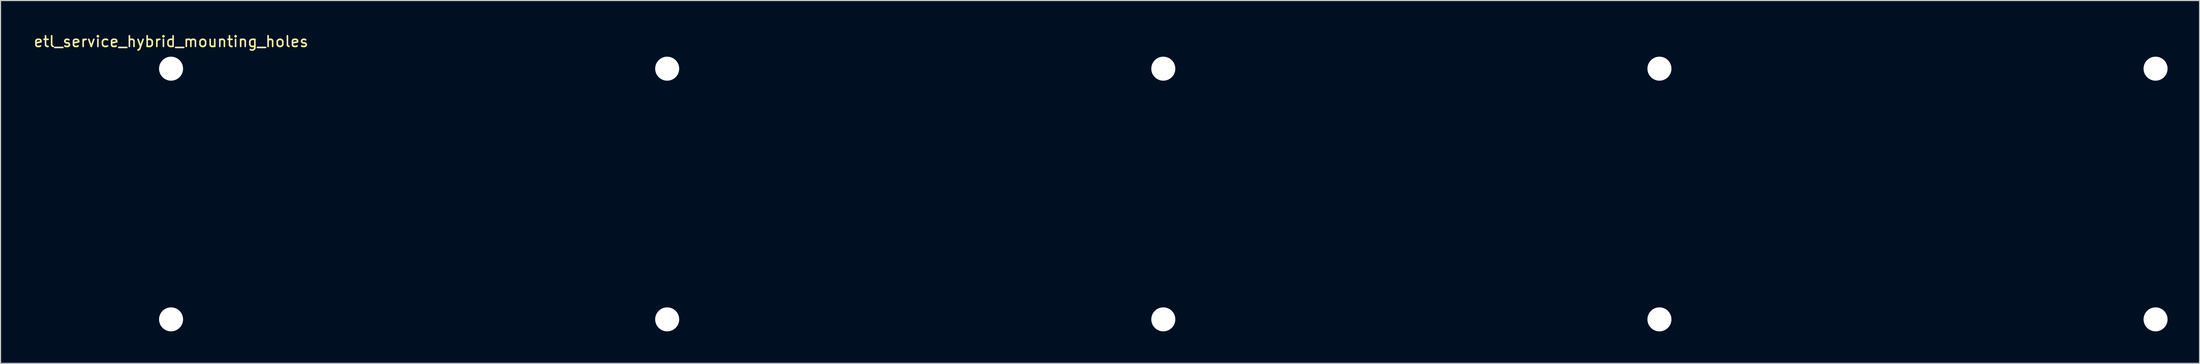
<source format=kicad_pcb>
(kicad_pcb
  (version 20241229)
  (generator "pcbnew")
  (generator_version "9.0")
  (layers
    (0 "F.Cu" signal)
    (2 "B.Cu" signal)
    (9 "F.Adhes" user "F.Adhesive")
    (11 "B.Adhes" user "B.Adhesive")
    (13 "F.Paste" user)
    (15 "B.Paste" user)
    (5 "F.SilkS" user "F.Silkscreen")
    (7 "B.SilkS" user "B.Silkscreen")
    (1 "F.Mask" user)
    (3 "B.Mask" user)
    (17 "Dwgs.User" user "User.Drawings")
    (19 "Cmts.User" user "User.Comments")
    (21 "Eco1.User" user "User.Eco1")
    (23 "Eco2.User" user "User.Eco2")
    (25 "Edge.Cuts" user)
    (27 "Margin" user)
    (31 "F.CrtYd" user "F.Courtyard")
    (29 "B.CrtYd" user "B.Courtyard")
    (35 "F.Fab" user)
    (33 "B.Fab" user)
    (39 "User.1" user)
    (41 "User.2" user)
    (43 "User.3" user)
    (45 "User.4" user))
  (footprint "etl_service_hybrid_mounting_holes"
    (layer "F.Cu")
    (at 12.982 3.388)
    (property "Reference" "etl_service_hybrid_mounting_holes" (at 0 -2.54 0) (layer "F.SilkS") (effects (font (size 1 1) (thickness 0.15))))
    (attr through_hole)
    (pad "" np_thru_hole circle (at 0 0) (size 2.25 2.25) (drill 2.25) (layers "*.Cu"))
    (pad "" np_thru_hole circle (at 0 23.5) (size 2.25 2.25) (drill 2.25) (layers "*.Cu"))
    (pad "" np_thru_hole circle (at 46.5 0) (size 2.25 2.25) (drill 2.25) (layers "*.Cu"))
    (pad "" np_thru_hole circle (at 46.5 23.5) (size 2.25 2.25) (drill 2.25) (layers "*.Cu"))
    (pad "" np_thru_hole circle (at 93 0) (size 2.25 2.25) (drill 2.25) (layers "*.Cu"))
    (pad "" np_thru_hole circle (at 93 23.5) (size 2.25 2.25) (drill 2.25) (layers "*.Cu"))
    (pad "" np_thru_hole circle (at 139.5 0) (size 2.25 2.25) (drill 2.25) (layers "*.Cu"))
    (pad "" np_thru_hole circle (at 139.5 23.5) (size 2.25 2.25) (drill 2.25) (layers "*.Cu"))
    (pad "" np_thru_hole circle (at 186 0) (size 2.25 2.25) (drill 2.25) (layers "*.Cu"))
    (pad "" np_thru_hole circle (at 186 23.5) (size 2.25 2.25) (drill 2.25) (layers "*.Cu")))
  (gr_rect
    (start -3 -3)
    (end 203.107 31.013)
    (stroke (width 0.1) (type default))
    (fill no)
    (layer "Edge.Cuts")))
</source>
